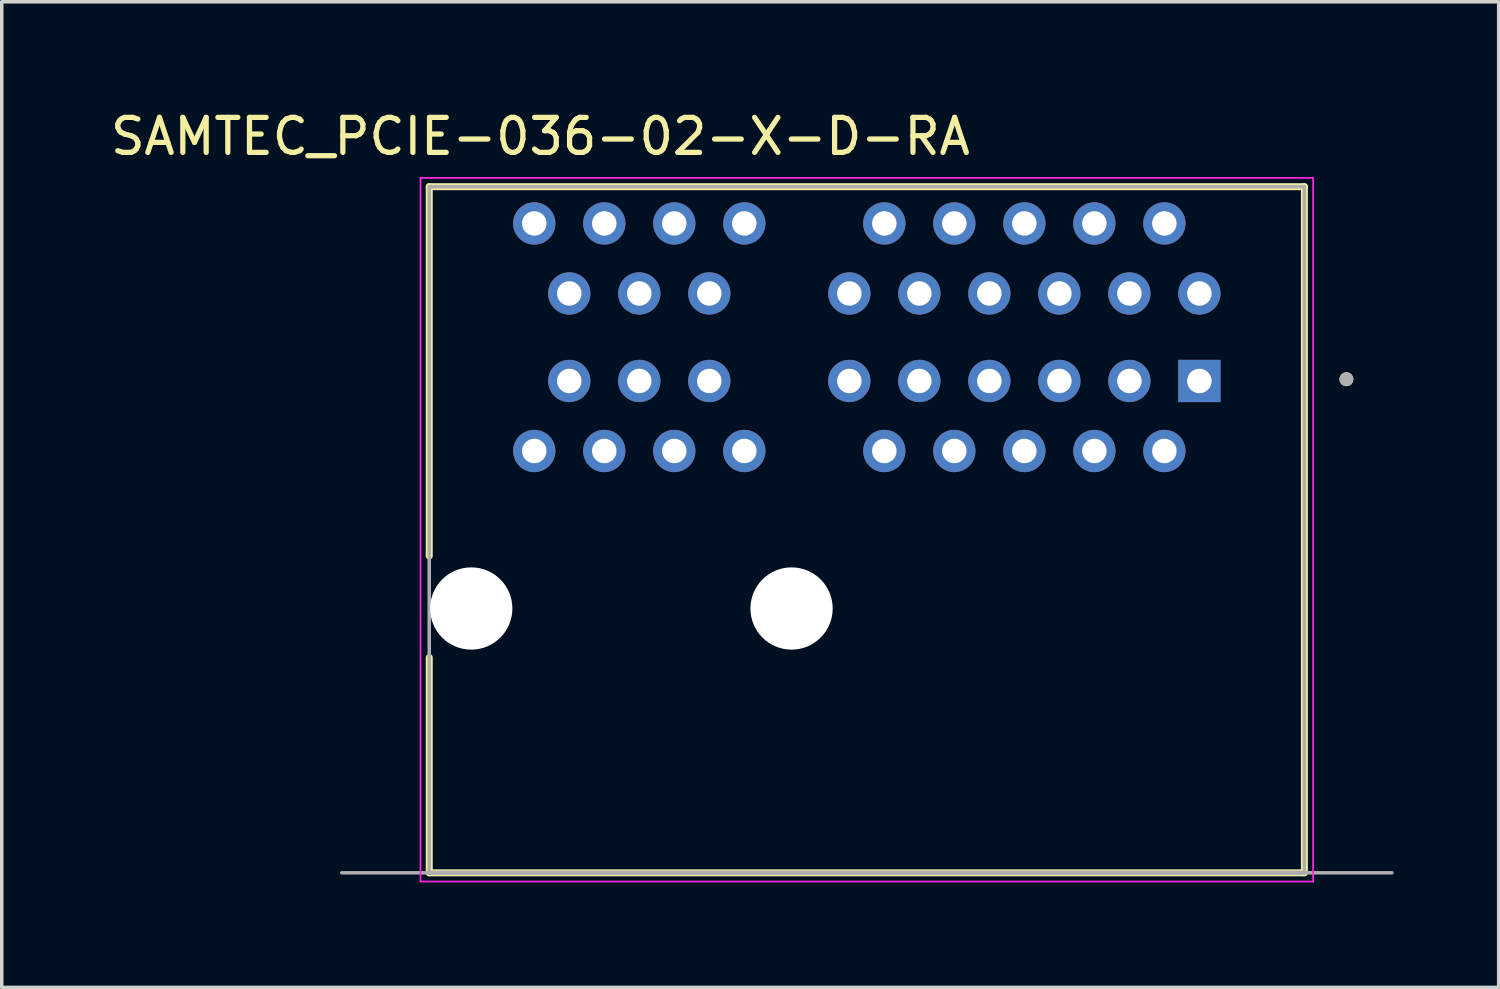
<source format=kicad_pcb>
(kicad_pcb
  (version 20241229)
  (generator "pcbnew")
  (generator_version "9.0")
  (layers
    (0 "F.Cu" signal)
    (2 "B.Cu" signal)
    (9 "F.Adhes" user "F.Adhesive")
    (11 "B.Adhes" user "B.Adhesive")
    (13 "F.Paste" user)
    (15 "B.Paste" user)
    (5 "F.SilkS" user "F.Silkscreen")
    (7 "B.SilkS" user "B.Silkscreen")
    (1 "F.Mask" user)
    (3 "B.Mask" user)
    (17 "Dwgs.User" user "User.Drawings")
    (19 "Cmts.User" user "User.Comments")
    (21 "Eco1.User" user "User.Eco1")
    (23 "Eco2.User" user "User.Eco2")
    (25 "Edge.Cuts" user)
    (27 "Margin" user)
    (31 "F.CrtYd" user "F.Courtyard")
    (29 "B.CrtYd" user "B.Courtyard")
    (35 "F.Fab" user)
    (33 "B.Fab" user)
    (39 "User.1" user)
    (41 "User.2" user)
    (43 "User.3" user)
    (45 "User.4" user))
  (footprint "SAMTEC_PCIE-036-02-X-D-RA"
    (layer "F.Cu")
    (at 21.712 12.083)
    (property "Reference" "SAMTEC_PCIE-036-02-X-D-RA" (at -9.325 -11.235 0) (layer "F.SilkS") (effects (font (size 1 1) (thickness 0.15))))
    (attr through_hole)
    (fp_line (start -12.5 -9.8) (end 12.5 -9.8) (stroke (width 0.2) (type solid)) (layer "F.SilkS"))
    (fp_line (start -12.5 0.75) (end -12.5 -9.8) (stroke (width 0.2) (type solid)) (layer "F.SilkS"))
    (fp_line (start -12.5 9.8) (end -12.5 3.65) (stroke (width 0.2) (type solid)) (layer "F.SilkS"))
    (fp_line (start 12.5 -9.8) (end 12.5 9.8) (stroke (width 0.2) (type solid)) (layer "F.SilkS"))
    (fp_line (start 12.5 9.8) (end -12.5 9.8) (stroke (width 0.2) (type solid)) (layer "F.SilkS"))
    (fp_circle (center 13.7 -4.3) (end 13.8 -4.3) (stroke (width 0.2) (type solid)) (fill no) (layer "F.SilkS"))
    (fp_line (start -12.75 -10.05) (end 12.75 -10.05) (stroke (width 0.05) (type solid)) (layer "F.CrtYd"))
    (fp_line (start -12.75 10.05) (end -12.75 -10.05) (stroke (width 0.05) (type solid)) (layer "F.CrtYd"))
    (fp_line (start 12.75 -10.05) (end 12.75 10.05) (stroke (width 0.05) (type solid)) (layer "F.CrtYd"))
    (fp_line (start 12.75 10.05) (end -12.75 10.05) (stroke (width 0.05) (type solid)) (layer "F.CrtYd"))
    (fp_line (start -15 9.8) (end 15 9.8) (stroke (width 0.1) (type solid)) (layer "F.Fab"))
    (fp_line (start -12.5 -9.8) (end 12.5 -9.8) (stroke (width 0.1) (type solid)) (layer "F.Fab"))
    (fp_line (start -12.5 9.8) (end -12.5 -9.8) (stroke (width 0.1) (type solid)) (layer "F.Fab"))
    (fp_line (start 12.5 -9.8) (end 12.5 9.8) (stroke (width 0.1) (type solid)) (layer "F.Fab"))
    (fp_line (start 12.5 9.8) (end -12.5 9.8) (stroke (width 0.127) (type solid)) (layer "F.Fab"))
    (fp_circle (center 13.7 -4.3) (end 13.8 -4.3) (stroke (width 0.2) (type solid)) (fill no) (layer "F.Fab"))
    (pad "" np_thru_hole circle (at -11.3 2.25) (size 2.35 2.35) (drill 2.35) (layers "*.Cu" "*.Mask"))
    (pad "" np_thru_hole circle (at -2.15 2.25) (size 2.35 2.35) (drill 2.35) (layers "*.Cu" "*.Mask"))
    (pad "A01" thru_hole rect (at 9.5 -4.25) (size 1.208 1.208) (drill 0.7) (layers "*.Cu" "*.Mask"))
    (pad "A02" thru_hole circle (at 8.5 -2.25) (size 1.208 1.208) (drill 0.7) (layers "*.Cu" "*.Mask"))
    (pad "A03" thru_hole circle (at 7.5 -4.25) (size 1.208 1.208) (drill 0.7) (layers "*.Cu" "*.Mask"))
    (pad "A04" thru_hole circle (at 6.5 -2.25) (size 1.208 1.208) (drill 0.7) (layers "*.Cu" "*.Mask"))
    (pad "A05" thru_hole circle (at 5.5 -4.25) (size 1.208 1.208) (drill 0.7) (layers "*.Cu" "*.Mask"))
    (pad "A06" thru_hole circle (at 4.5 -2.25) (size 1.208 1.208) (drill 0.7) (layers "*.Cu" "*.Mask"))
    (pad "A07" thru_hole circle (at 3.5 -4.25) (size 1.208 1.208) (drill 0.7) (layers "*.Cu" "*.Mask"))
    (pad "A08" thru_hole circle (at 2.5 -2.25) (size 1.208 1.208) (drill 0.7) (layers "*.Cu" "*.Mask"))
    (pad "A09" thru_hole circle (at 1.5 -4.25) (size 1.208 1.208) (drill 0.7) (layers "*.Cu" "*.Mask"))
    (pad "A10" thru_hole circle (at 0.5 -2.25) (size 1.208 1.208) (drill 0.7) (layers "*.Cu" "*.Mask"))
    (pad "A11" thru_hole circle (at -0.5 -4.25) (size 1.208 1.208) (drill 0.7) (layers "*.Cu" "*.Mask"))
    (pad "A12" thru_hole circle (at -3.5 -2.25) (size 1.208 1.208) (drill 0.7) (layers "*.Cu" "*.Mask"))
    (pad "A13" thru_hole circle (at -4.5 -4.25) (size 1.208 1.208) (drill 0.7) (layers "*.Cu" "*.Mask"))
    (pad "A14" thru_hole circle (at -5.5 -2.25) (size 1.208 1.208) (drill 0.7) (layers "*.Cu" "*.Mask"))
    (pad "A15" thru_hole circle (at -6.5 -4.25) (size 1.208 1.208) (drill 0.7) (layers "*.Cu" "*.Mask"))
    (pad "A16" thru_hole circle (at -7.5 -2.25) (size 1.208 1.208) (drill 0.7) (layers "*.Cu" "*.Mask"))
    (pad "A17" thru_hole circle (at -8.5 -4.25) (size 1.208 1.208) (drill 0.7) (layers "*.Cu" "*.Mask"))
    (pad "A18" thru_hole circle (at -9.5 -2.25) (size 1.208 1.208) (drill 0.7) (layers "*.Cu" "*.Mask"))
    (pad "B01" thru_hole circle (at 9.5 -6.75) (size 1.208 1.208) (drill 0.7) (layers "*.Cu" "*.Mask"))
    (pad "B02" thru_hole circle (at 8.5 -8.75) (size 1.208 1.208) (drill 0.7) (layers "*.Cu" "*.Mask"))
    (pad "B03" thru_hole circle (at 7.5 -6.75) (size 1.208 1.208) (drill 0.7) (layers "*.Cu" "*.Mask"))
    (pad "B04" thru_hole circle (at 6.5 -8.75) (size 1.208 1.208) (drill 0.7) (layers "*.Cu" "*.Mask"))
    (pad "B05" thru_hole circle (at 5.5 -6.75) (size 1.208 1.208) (drill 0.7) (layers "*.Cu" "*.Mask"))
    (pad "B06" thru_hole circle (at 4.5 -8.75) (size 1.208 1.208) (drill 0.7) (layers "*.Cu" "*.Mask"))
    (pad "B07" thru_hole circle (at 3.5 -6.75) (size 1.208 1.208) (drill 0.7) (layers "*.Cu" "*.Mask"))
    (pad "B08" thru_hole circle (at 2.5 -8.75) (size 1.208 1.208) (drill 0.7) (layers "*.Cu" "*.Mask"))
    (pad "B09" thru_hole circle (at 1.5 -6.75) (size 1.208 1.208) (drill 0.7) (layers "*.Cu" "*.Mask"))
    (pad "B10" thru_hole circle (at 0.5 -8.75) (size 1.208 1.208) (drill 0.7) (layers "*.Cu" "*.Mask"))
    (pad "B11" thru_hole circle (at -0.5 -6.75) (size 1.208 1.208) (drill 0.7) (layers "*.Cu" "*.Mask"))
    (pad "B12" thru_hole circle (at -3.5 -8.75) (size 1.208 1.208) (drill 0.7) (layers "*.Cu" "*.Mask"))
    (pad "B13" thru_hole circle (at -4.5 -6.75) (size 1.208 1.208) (drill 0.7) (layers "*.Cu" "*.Mask"))
    (pad "B14" thru_hole circle (at -5.5 -8.75) (size 1.208 1.208) (drill 0.7) (layers "*.Cu" "*.Mask"))
    (pad "B15" thru_hole circle (at -6.5 -6.75) (size 1.208 1.208) (drill 0.7) (layers "*.Cu" "*.Mask"))
    (pad "B16" thru_hole circle (at -7.5 -8.75) (size 1.208 1.208) (drill 0.7) (layers "*.Cu" "*.Mask"))
    (pad "B17" thru_hole circle (at -8.5 -6.75) (size 1.208 1.208) (drill 0.7) (layers "*.Cu" "*.Mask"))
    (pad "B18" thru_hole circle (at -9.5 -8.75) (size 1.208 1.208) (drill 0.7) (layers "*.Cu" "*.Mask")))
  (gr_rect
    (start -3 -3)
    (end 39.762 25.158)
    (stroke (width 0.1) (type default))
    (fill no)
    (layer "Edge.Cuts")))
</source>
